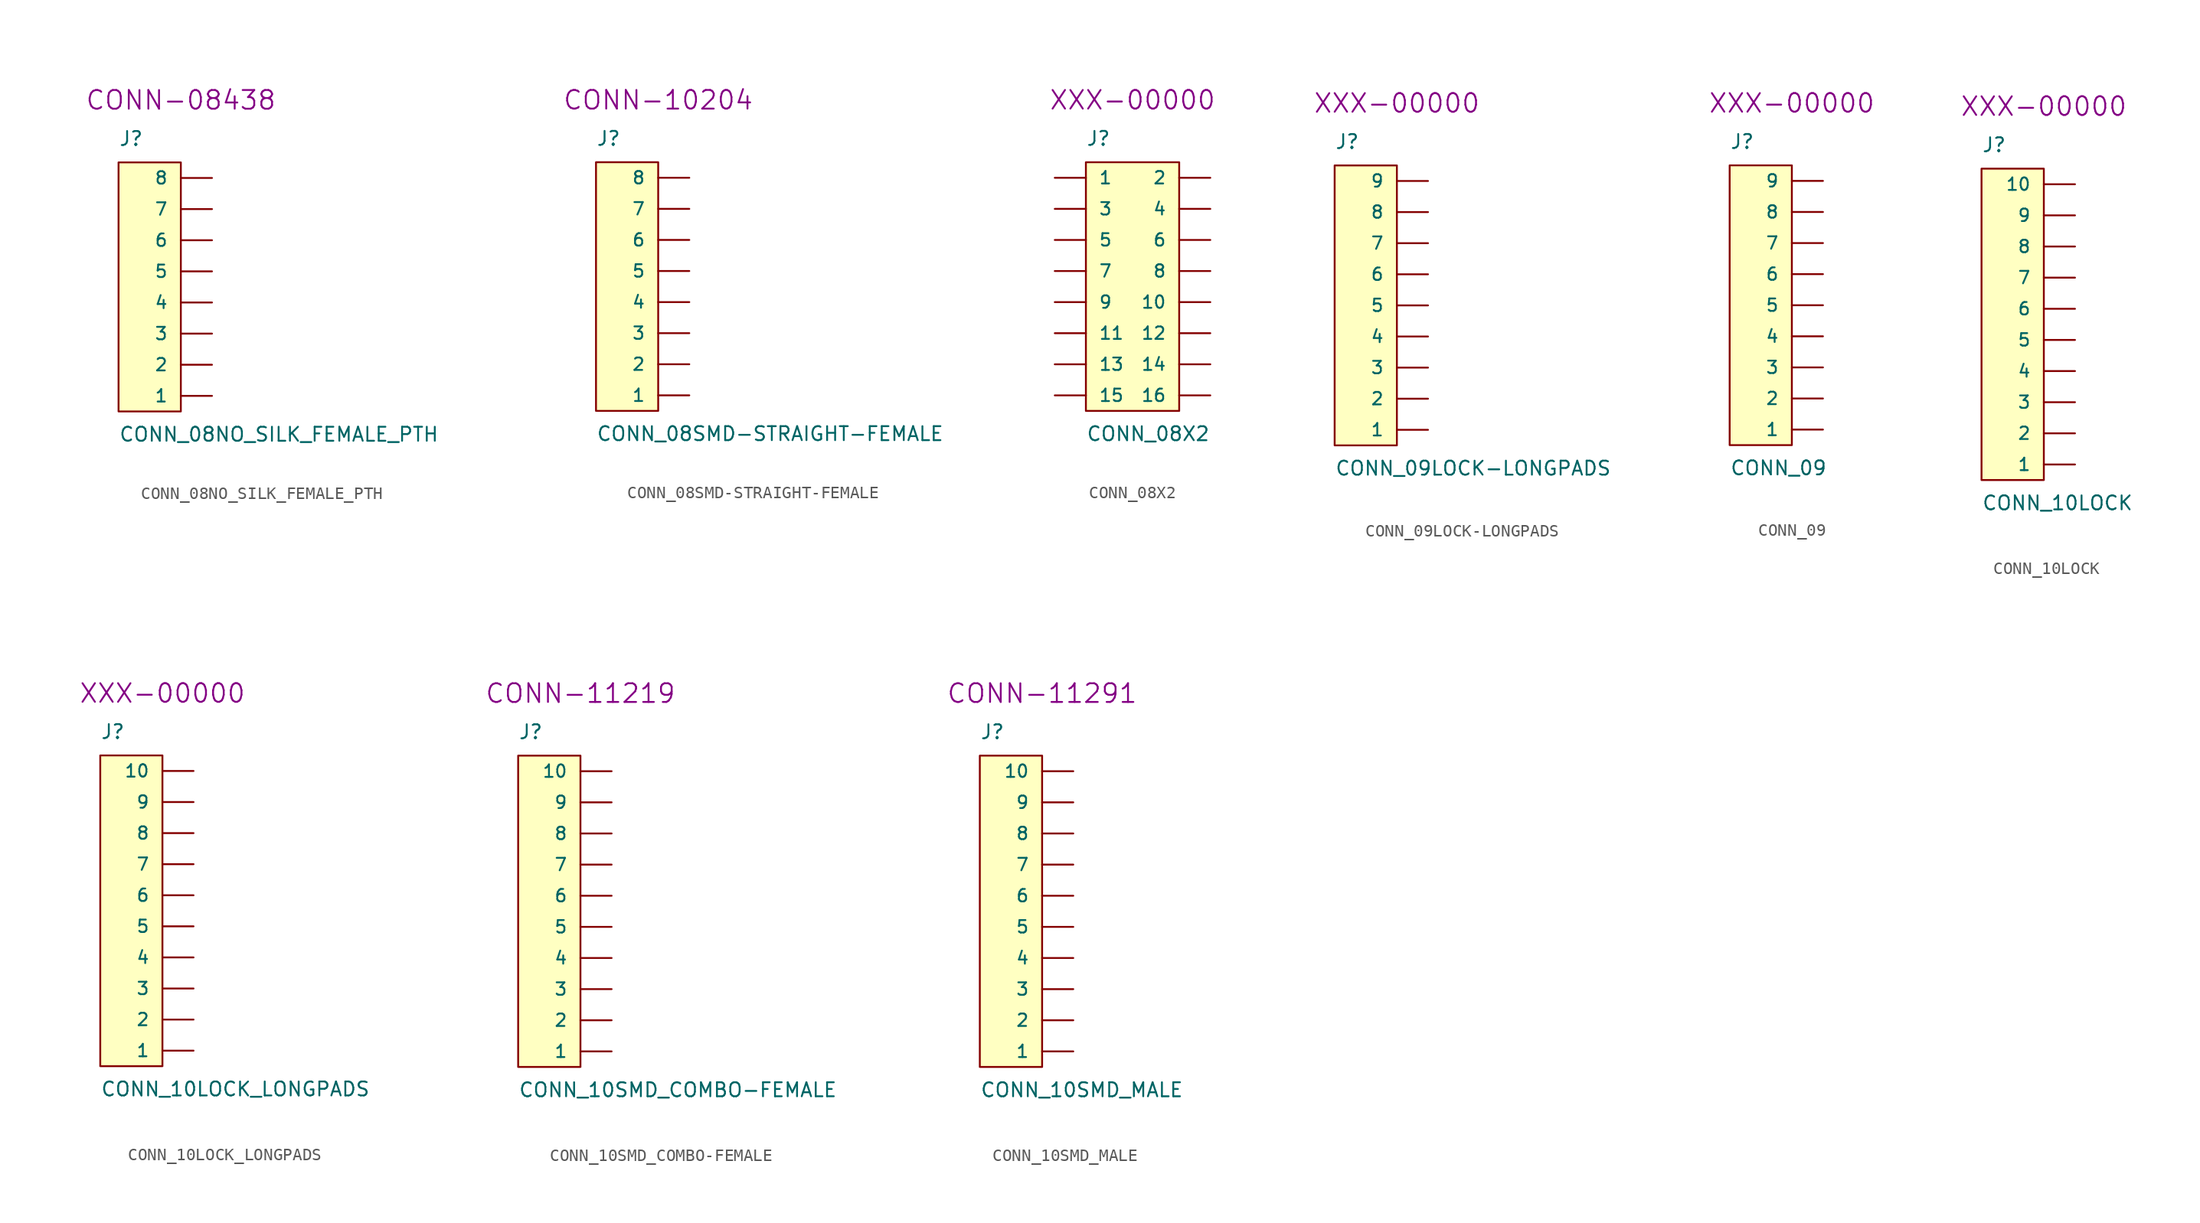
<source format=kicad_sym>
(kicad_symbol_lib
  (version 20201005)
  (generator kicad_symbol_editor)
  (symbol "CONN_08NO_SILK_FEMALE_PTH"
    (pin_numbers hide)
    (pin_names
      (offset 1.016))
    (property "Reference" "J"
      (at -5.08 20.32 0)
      (effects (font (size 1.143 1.143)) (justify left bottom)))
    (property "Value" "CONN_08NO_SILK_FEMALE_PTH"
      (at -5.08 -3.81 0)
      (effects (font (size 1.143 1.143)) (justify left bottom)))
    (property "Field4" "CONN-08438"
      (at 0 24.13 0)
      (effects (font (size 1.524 1.524))))
    (property "ki_locked" ""
      (at 0 0 0)
      (effects (font (size 1.27 1.27))))
    (symbol "CONN_08NO_SILK_FEMALE_PTH_0_1"
      (rectangle (start 0 -1.27) (end -5.08 19.05) (stroke (width 0)) (fill (type background))))
    (symbol "CONN_08NO_SILK_FEMALE_PTH_1_1"
      (pin passive line (at 2.54 0 180) (length 2.54) (name "1" (effects (font (size 1.016 1.016)))) (number "1" (effects (font (size 1.016 1.016)))))
      (pin passive line (at 2.54 2.54 180) (length 2.54) (name "2" (effects (font (size 1.016 1.016)))) (number "2" (effects (font (size 1.016 1.016)))))
      (pin passive line (at 2.54 5.08 180) (length 2.54) (name "3" (effects (font (size 1.016 1.016)))) (number "3" (effects (font (size 1.016 1.016)))))
      (pin passive line (at 2.54 7.62 180) (length 2.54) (name "4" (effects (font (size 1.016 1.016)))) (number "4" (effects (font (size 1.016 1.016)))))
      (pin passive line (at 2.54 10.16 180) (length 2.54) (name "5" (effects (font (size 1.016 1.016)))) (number "5" (effects (font (size 1.016 1.016)))))
      (pin passive line (at 2.54 12.7 180) (length 2.54) (name "6" (effects (font (size 1.016 1.016)))) (number "6" (effects (font (size 1.016 1.016)))))
      (pin passive line (at 2.54 15.24 180) (length 2.54) (name "7" (effects (font (size 1.016 1.016)))) (number "7" (effects (font (size 1.016 1.016)))))
      (pin passive line (at 2.54 17.78 180) (length 2.54) (name "8" (effects (font (size 1.016 1.016)))) (number "8" (effects (font (size 1.016 1.016)))))))
  (symbol "CONN_08SMD-STRAIGHT-FEMALE"
    (pin_numbers hide)
    (pin_names
      (offset 1.016))
    (property "Reference" "J"
      (at -5.08 20.32 0)
      (effects (font (size 1.143 1.143)) (justify left bottom)))
    (property "Value" "CONN_08SMD-STRAIGHT-FEMALE"
      (at -5.08 -3.81 0)
      (effects (font (size 1.143 1.143)) (justify left bottom)))
    (property "Field4" "CONN-10204"
      (at 0 24.13 0)
      (effects (font (size 1.524 1.524))))
    (property "ki_locked" ""
      (at 0 0 0)
      (effects (font (size 1.27 1.27))))
    (symbol "CONN_08SMD-STRAIGHT-FEMALE_0_1"
      (rectangle (start 0 -1.27) (end -5.08 19.05) (stroke (width 0)) (fill (type background))))
    (symbol "CONN_08SMD-STRAIGHT-FEMALE_1_1"
      (pin passive line (at 2.54 0 180) (length 2.54) (name "1" (effects (font (size 1.016 1.016)))) (number "1" (effects (font (size 1.016 1.016)))))
      (pin passive line (at 2.54 2.54 180) (length 2.54) (name "2" (effects (font (size 1.016 1.016)))) (number "2" (effects (font (size 1.016 1.016)))))
      (pin passive line (at 2.54 5.08 180) (length 2.54) (name "3" (effects (font (size 1.016 1.016)))) (number "3" (effects (font (size 1.016 1.016)))))
      (pin passive line (at 2.54 7.62 180) (length 2.54) (name "4" (effects (font (size 1.016 1.016)))) (number "4" (effects (font (size 1.016 1.016)))))
      (pin passive line (at 2.54 10.16 180) (length 2.54) (name "5" (effects (font (size 1.016 1.016)))) (number "5" (effects (font (size 1.016 1.016)))))
      (pin passive line (at 2.54 12.7 180) (length 2.54) (name "6" (effects (font (size 1.016 1.016)))) (number "6" (effects (font (size 1.016 1.016)))))
      (pin passive line (at 2.54 15.24 180) (length 2.54) (name "7" (effects (font (size 1.016 1.016)))) (number "7" (effects (font (size 1.016 1.016)))))
      (pin passive line (at 2.54 17.78 180) (length 2.54) (name "8" (effects (font (size 1.016 1.016)))) (number "8" (effects (font (size 1.016 1.016)))))))
  (symbol "CONN_08X2"
    (pin_numbers hide)
    (pin_names
      (offset 1.016))
    (property "Reference" "J"
      (at -3.81 11.43 0)
      (effects (font (size 1.143 1.143)) (justify left bottom)))
    (property "Value" "CONN_08X2"
      (at -3.81 -12.7 0)
      (effects (font (size 1.143 1.143)) (justify left bottom)))
    (property "Field4" "XXX-00000"
      (at 0 15.24 0)
      (effects (font (size 1.524 1.524))))
    (property "ki_locked" ""
      (at 0 0 0)
      (effects (font (size 1.27 1.27))))
    (symbol "CONN_08X2_0_1"
      (rectangle (start 3.81 -10.16) (end -3.81 10.16) (stroke (width 0)) (fill (type background))))
    (symbol "CONN_08X2_1_1"
      (pin passive line (at -6.35 8.89 0) (length 2.54) (name "1" (effects (font (size 1.016 1.016)))) (number "1" (effects (font (size 1.016 1.016)))))
      (pin passive line (at 6.35 8.89 180) (length 2.54) (name "2" (effects (font (size 1.016 1.016)))) (number "2" (effects (font (size 1.016 1.016)))))
      (pin passive line (at -6.35 6.35 0) (length 2.54) (name "3" (effects (font (size 1.016 1.016)))) (number "3" (effects (font (size 1.016 1.016)))))
      (pin passive line (at 6.35 6.35 180) (length 2.54) (name "4" (effects (font (size 1.016 1.016)))) (number "4" (effects (font (size 1.016 1.016)))))
      (pin passive line (at -6.35 3.81 0) (length 2.54) (name "5" (effects (font (size 1.016 1.016)))) (number "5" (effects (font (size 1.016 1.016)))))
      (pin passive line (at 6.35 3.81 180) (length 2.54) (name "6" (effects (font (size 1.016 1.016)))) (number "6" (effects (font (size 1.016 1.016)))))
      (pin passive line (at -6.35 1.27 0) (length 2.54) (name "7" (effects (font (size 1.016 1.016)))) (number "7" (effects (font (size 1.016 1.016)))))
      (pin passive line (at 6.35 1.27 180) (length 2.54) (name "8" (effects (font (size 1.016 1.016)))) (number "8" (effects (font (size 1.016 1.016)))))
      (pin passive line (at -6.35 -1.27 0) (length 2.54) (name "9" (effects (font (size 1.016 1.016)))) (number "9" (effects (font (size 1.016 1.016)))))
      (pin passive line (at 6.35 -1.27 180) (length 2.54) (name "10" (effects (font (size 1.016 1.016)))) (number "10" (effects (font (size 1.016 1.016)))))
      (pin passive line (at -6.35 -3.81 0) (length 2.54) (name "11" (effects (font (size 1.016 1.016)))) (number "11" (effects (font (size 1.016 1.016)))))
      (pin passive line (at 6.35 -3.81 180) (length 2.54) (name "12" (effects (font (size 1.016 1.016)))) (number "12" (effects (font (size 1.016 1.016)))))
      (pin passive line (at -6.35 -6.35 0) (length 2.54) (name "13" (effects (font (size 1.016 1.016)))) (number "13" (effects (font (size 1.016 1.016)))))
      (pin passive line (at 6.35 -6.35 180) (length 2.54) (name "14" (effects (font (size 1.016 1.016)))) (number "14" (effects (font (size 1.016 1.016)))))
      (pin passive line (at -6.35 -8.89 0) (length 2.54) (name "15" (effects (font (size 1.016 1.016)))) (number "15" (effects (font (size 1.016 1.016)))))
      (pin passive line (at 6.35 -8.89 180) (length 2.54) (name "16" (effects (font (size 1.016 1.016)))) (number "16" (effects (font (size 1.016 1.016)))))))
  (symbol "CONN_09LOCK-LONGPADS"
    (pin_numbers hide)
    (pin_names
      (offset 1.016))
    (property "Reference" "J"
      (at -5.08 22.86 0)
      (effects (font (size 1.143 1.143)) (justify left bottom)))
    (property "Value" "CONN_09LOCK-LONGPADS"
      (at -5.08 -3.81 0)
      (effects (font (size 1.143 1.143)) (justify left bottom)))
    (property "Field4" "XXX-00000"
      (at 0 26.67 0)
      (effects (font (size 1.524 1.524))))
    (property "ki_locked" ""
      (at 0 0 0)
      (effects (font (size 1.27 1.27))))
    (symbol "CONN_09LOCK-LONGPADS_0_1"
      (rectangle (start 0 -1.27) (end -5.08 21.59) (stroke (width 0)) (fill (type background))))
    (symbol "CONN_09LOCK-LONGPADS_1_1"
      (pin passive line (at 2.54 0 180) (length 2.54) (name "1" (effects (font (size 1.016 1.016)))) (number "1" (effects (font (size 1.016 1.016)))))
      (pin passive line (at 2.54 2.54 180) (length 2.54) (name "2" (effects (font (size 1.016 1.016)))) (number "2" (effects (font (size 1.016 1.016)))))
      (pin passive line (at 2.54 5.08 180) (length 2.54) (name "3" (effects (font (size 1.016 1.016)))) (number "3" (effects (font (size 1.016 1.016)))))
      (pin passive line (at 2.54 7.62 180) (length 2.54) (name "4" (effects (font (size 1.016 1.016)))) (number "4" (effects (font (size 1.016 1.016)))))
      (pin passive line (at 2.54 10.16 180) (length 2.54) (name "5" (effects (font (size 1.016 1.016)))) (number "5" (effects (font (size 1.016 1.016)))))
      (pin passive line (at 2.54 12.7 180) (length 2.54) (name "6" (effects (font (size 1.016 1.016)))) (number "6" (effects (font (size 1.016 1.016)))))
      (pin passive line (at 2.54 15.24 180) (length 2.54) (name "7" (effects (font (size 1.016 1.016)))) (number "7" (effects (font (size 1.016 1.016)))))
      (pin passive line (at 2.54 17.78 180) (length 2.54) (name "8" (effects (font (size 1.016 1.016)))) (number "8" (effects (font (size 1.016 1.016)))))
      (pin passive line (at 2.54 20.32 180) (length 2.54) (name "9" (effects (font (size 1.016 1.016)))) (number "9" (effects (font (size 1.016 1.016)))))))
  (symbol "CONN_09"
    (pin_numbers hide)
    (pin_names
      (offset 1.016))
    (property "Reference" "J"
      (at -5.08 22.86 0)
      (effects (font (size 1.143 1.143)) (justify left bottom)))
    (property "Value" "CONN_09"
      (at -5.08 -3.81 0)
      (effects (font (size 1.143 1.143)) (justify left bottom)))
    (property "Field4" "XXX-00000"
      (at 0 26.67 0)
      (effects (font (size 1.524 1.524))))
    (property "ki_locked" ""
      (at 0 0 0)
      (effects (font (size 1.27 1.27))))
    (symbol "CONN_09_0_1"
      (rectangle (start 0 -1.27) (end -5.08 21.59) (stroke (width 0)) (fill (type background))))
    (symbol "CONN_09_1_1"
      (pin passive line (at 2.54 0 180) (length 2.54) (name "1" (effects (font (size 1.016 1.016)))) (number "1" (effects (font (size 1.016 1.016)))))
      (pin passive line (at 2.54 2.54 180) (length 2.54) (name "2" (effects (font (size 1.016 1.016)))) (number "2" (effects (font (size 1.016 1.016)))))
      (pin passive line (at 2.54 5.08 180) (length 2.54) (name "3" (effects (font (size 1.016 1.016)))) (number "3" (effects (font (size 1.016 1.016)))))
      (pin passive line (at 2.54 7.62 180) (length 2.54) (name "4" (effects (font (size 1.016 1.016)))) (number "4" (effects (font (size 1.016 1.016)))))
      (pin passive line (at 2.54 10.16 180) (length 2.54) (name "5" (effects (font (size 1.016 1.016)))) (number "5" (effects (font (size 1.016 1.016)))))
      (pin passive line (at 2.54 12.7 180) (length 2.54) (name "6" (effects (font (size 1.016 1.016)))) (number "6" (effects (font (size 1.016 1.016)))))
      (pin passive line (at 2.54 15.24 180) (length 2.54) (name "7" (effects (font (size 1.016 1.016)))) (number "7" (effects (font (size 1.016 1.016)))))
      (pin passive line (at 2.54 17.78 180) (length 2.54) (name "8" (effects (font (size 1.016 1.016)))) (number "8" (effects (font (size 1.016 1.016)))))
      (pin passive line (at 2.54 20.32 180) (length 2.54) (name "9" (effects (font (size 1.016 1.016)))) (number "9" (effects (font (size 1.016 1.016)))))))
  (symbol "CONN_10LOCK"
    (pin_numbers hide)
    (pin_names
      (offset 1.016))
    (property "Reference" "J"
      (at -5.08 25.4 0)
      (effects (font (size 1.143 1.143)) (justify left bottom)))
    (property "Value" "CONN_10LOCK"
      (at -5.08 -3.81 0)
      (effects (font (size 1.143 1.143)) (justify left bottom)))
    (property "Field4" "XXX-00000"
      (at 0 29.21 0)
      (effects (font (size 1.524 1.524))))
    (property "ki_locked" ""
      (at 0 0 0)
      (effects (font (size 1.27 1.27))))
    (symbol "CONN_10LOCK_0_1"
      (rectangle (start 0 -1.27) (end -5.08 24.13) (stroke (width 0)) (fill (type background))))
    (symbol "CONN_10LOCK_1_1"
      (pin passive line (at 2.54 0 180) (length 2.54) (name "1" (effects (font (size 1.016 1.016)))) (number "1" (effects (font (size 1.016 1.016)))))
      (pin passive line (at 2.54 2.54 180) (length 2.54) (name "2" (effects (font (size 1.016 1.016)))) (number "2" (effects (font (size 1.016 1.016)))))
      (pin passive line (at 2.54 5.08 180) (length 2.54) (name "3" (effects (font (size 1.016 1.016)))) (number "3" (effects (font (size 1.016 1.016)))))
      (pin passive line (at 2.54 7.62 180) (length 2.54) (name "4" (effects (font (size 1.016 1.016)))) (number "4" (effects (font (size 1.016 1.016)))))
      (pin passive line (at 2.54 10.16 180) (length 2.54) (name "5" (effects (font (size 1.016 1.016)))) (number "5" (effects (font (size 1.016 1.016)))))
      (pin passive line (at 2.54 12.7 180) (length 2.54) (name "6" (effects (font (size 1.016 1.016)))) (number "6" (effects (font (size 1.016 1.016)))))
      (pin passive line (at 2.54 15.24 180) (length 2.54) (name "7" (effects (font (size 1.016 1.016)))) (number "7" (effects (font (size 1.016 1.016)))))
      (pin passive line (at 2.54 17.78 180) (length 2.54) (name "8" (effects (font (size 1.016 1.016)))) (number "8" (effects (font (size 1.016 1.016)))))
      (pin passive line (at 2.54 20.32 180) (length 2.54) (name "9" (effects (font (size 1.016 1.016)))) (number "9" (effects (font (size 1.016 1.016)))))
      (pin passive line (at 2.54 22.86 180) (length 2.54) (name "10" (effects (font (size 1.016 1.016)))) (number "10" (effects (font (size 1.016 1.016)))))))
  (symbol "CONN_10LOCK_LONGPADS"
    (pin_numbers hide)
    (pin_names
      (offset 1.016))
    (property "Reference" "J"
      (at -5.08 25.4 0)
      (effects (font (size 1.143 1.143)) (justify left bottom)))
    (property "Value" "CONN_10LOCK_LONGPADS"
      (at -5.08 -3.81 0)
      (effects (font (size 1.143 1.143)) (justify left bottom)))
    (property "Field4" "XXX-00000"
      (at 0 29.21 0)
      (effects (font (size 1.524 1.524))))
    (property "ki_locked" ""
      (at 0 0 0)
      (effects (font (size 1.27 1.27))))
    (symbol "CONN_10LOCK_LONGPADS_0_1"
      (rectangle (start 0 -1.27) (end -5.08 24.13) (stroke (width 0)) (fill (type background))))
    (symbol "CONN_10LOCK_LONGPADS_1_1"
      (pin passive line (at 2.54 0 180) (length 2.54) (name "1" (effects (font (size 1.016 1.016)))) (number "1" (effects (font (size 1.016 1.016)))))
      (pin passive line (at 2.54 2.54 180) (length 2.54) (name "2" (effects (font (size 1.016 1.016)))) (number "2" (effects (font (size 1.016 1.016)))))
      (pin passive line (at 2.54 5.08 180) (length 2.54) (name "3" (effects (font (size 1.016 1.016)))) (number "3" (effects (font (size 1.016 1.016)))))
      (pin passive line (at 2.54 7.62 180) (length 2.54) (name "4" (effects (font (size 1.016 1.016)))) (number "4" (effects (font (size 1.016 1.016)))))
      (pin passive line (at 2.54 10.16 180) (length 2.54) (name "5" (effects (font (size 1.016 1.016)))) (number "5" (effects (font (size 1.016 1.016)))))
      (pin passive line (at 2.54 12.7 180) (length 2.54) (name "6" (effects (font (size 1.016 1.016)))) (number "6" (effects (font (size 1.016 1.016)))))
      (pin passive line (at 2.54 15.24 180) (length 2.54) (name "7" (effects (font (size 1.016 1.016)))) (number "7" (effects (font (size 1.016 1.016)))))
      (pin passive line (at 2.54 17.78 180) (length 2.54) (name "8" (effects (font (size 1.016 1.016)))) (number "8" (effects (font (size 1.016 1.016)))))
      (pin passive line (at 2.54 20.32 180) (length 2.54) (name "9" (effects (font (size 1.016 1.016)))) (number "9" (effects (font (size 1.016 1.016)))))
      (pin passive line (at 2.54 22.86 180) (length 2.54) (name "10" (effects (font (size 1.016 1.016)))) (number "10" (effects (font (size 1.016 1.016)))))))
  (symbol "CONN_10SMD_COMBO-FEMALE"
    (pin_numbers hide)
    (pin_names
      (offset 1.016))
    (property "Reference" "J"
      (at -5.08 25.4 0)
      (effects (font (size 1.143 1.143)) (justify left bottom)))
    (property "Value" "CONN_10SMD_COMBO-FEMALE"
      (at -5.08 -3.81 0)
      (effects (font (size 1.143 1.143)) (justify left bottom)))
    (property "Field4" "CONN-11219"
      (at 0 29.21 0)
      (effects (font (size 1.524 1.524))))
    (property "ki_locked" ""
      (at 0 0 0)
      (effects (font (size 1.27 1.27))))
    (symbol "CONN_10SMD_COMBO-FEMALE_0_1"
      (rectangle (start 0 -1.27) (end -5.08 24.13) (stroke (width 0)) (fill (type background))))
    (symbol "CONN_10SMD_COMBO-FEMALE_1_1"
      (pin passive line (at 2.54 0 180) (length 2.54) (name "1" (effects (font (size 1.016 1.016)))) (number "1A" (effects (font (size 1.016 1.016)))))
      (pin passive line (at 2.54 2.54 180) (length 2.54) (name "2" (effects (font (size 1.016 1.016)))) (number "2A" (effects (font (size 1.016 1.016)))))
      (pin passive line (at 2.54 5.08 180) (length 2.54) (name "3" (effects (font (size 1.016 1.016)))) (number "3A" (effects (font (size 1.016 1.016)))))
      (pin passive line (at 2.54 7.62 180) (length 2.54) (name "4" (effects (font (size 1.016 1.016)))) (number "4A" (effects (font (size 1.016 1.016)))))
      (pin passive line (at 2.54 10.16 180) (length 2.54) (name "5" (effects (font (size 1.016 1.016)))) (number "5A" (effects (font (size 1.016 1.016)))))
      (pin passive line (at 2.54 12.7 180) (length 2.54) (name "6" (effects (font (size 1.016 1.016)))) (number "6A" (effects (font (size 1.016 1.016)))))
      (pin passive line (at 2.54 15.24 180) (length 2.54) (name "7" (effects (font (size 1.016 1.016)))) (number "7A" (effects (font (size 1.016 1.016)))))
      (pin passive line (at 2.54 17.78 180) (length 2.54) (name "8" (effects (font (size 1.016 1.016)))) (number "8A" (effects (font (size 1.016 1.016)))))
      (pin passive line (at 2.54 20.32 180) (length 2.54) (name "9" (effects (font (size 1.016 1.016)))) (number "9A" (effects (font (size 1.016 1.016)))))
      (pin passive line (at 2.54 0 180) (length 2.54) hide (name "1" (effects (font (size 1.016 1.016)))) (number "1B" (effects (font (size 1.016 1.016)))))
      (pin passive line (at 2.54 2.54 180) (length 2.54) hide (name "2" (effects (font (size 1.016 1.016)))) (number "2B" (effects (font (size 1.016 1.016)))))
      (pin passive line (at 2.54 5.08 180) (length 2.54) hide (name "3" (effects (font (size 1.016 1.016)))) (number "3B" (effects (font (size 1.016 1.016)))))
      (pin passive line (at 2.54 7.62 180) (length 2.54) hide (name "4" (effects (font (size 1.016 1.016)))) (number "4B" (effects (font (size 1.016 1.016)))))
      (pin passive line (at 2.54 10.16 180) (length 2.54) hide (name "5" (effects (font (size 1.016 1.016)))) (number "5B" (effects (font (size 1.016 1.016)))))
      (pin passive line (at 2.54 12.7 180) (length 2.54) hide (name "6" (effects (font (size 1.016 1.016)))) (number "6B" (effects (font (size 1.016 1.016)))))
      (pin passive line (at 2.54 15.24 180) (length 2.54) hide (name "7" (effects (font (size 1.016 1.016)))) (number "7B" (effects (font (size 1.016 1.016)))))
      (pin passive line (at 2.54 17.78 180) (length 2.54) hide (name "8" (effects (font (size 1.016 1.016)))) (number "8B" (effects (font (size 1.016 1.016)))))
      (pin passive line (at 2.54 20.32 180) (length 2.54) hide (name "9" (effects (font (size 1.016 1.016)))) (number "9B" (effects (font (size 1.016 1.016)))))
      (pin passive line (at 2.54 22.86 180) (length 2.54) (name "10" (effects (font (size 1.016 1.016)))) (number "10A" (effects (font (size 1.016 1.016)))))
      (pin passive line (at 2.54 22.86 180) (length 2.54) hide (name "10" (effects (font (size 1.016 1.016)))) (number "10B" (effects (font (size 1.016 1.016)))))))
  (symbol "CONN_10SMD_MALE"
    (pin_numbers hide)
    (pin_names
      (offset 1.016))
    (property "Reference" "J"
      (at -5.08 25.4 0)
      (effects (font (size 1.143 1.143)) (justify left bottom)))
    (property "Value" "CONN_10SMD_MALE"
      (at -5.08 -3.81 0)
      (effects (font (size 1.143 1.143)) (justify left bottom)))
    (property "Field4" "CONN-11291"
      (at 0 29.21 0)
      (effects (font (size 1.524 1.524))))
    (property "ki_locked" ""
      (at 0 0 0)
      (effects (font (size 1.27 1.27))))
    (symbol "CONN_10SMD_MALE_0_1"
      (rectangle (start 0 -1.27) (end -5.08 24.13) (stroke (width 0)) (fill (type background))))
    (symbol "CONN_10SMD_MALE_1_1"
      (pin passive line (at 2.54 0 180) (length 2.54) (name "1" (effects (font (size 1.016 1.016)))) (number "1" (effects (font (size 1.016 1.016)))))
      (pin passive line (at 2.54 2.54 180) (length 2.54) (name "2" (effects (font (size 1.016 1.016)))) (number "2" (effects (font (size 1.016 1.016)))))
      (pin passive line (at 2.54 5.08 180) (length 2.54) (name "3" (effects (font (size 1.016 1.016)))) (number "3" (effects (font (size 1.016 1.016)))))
      (pin passive line (at 2.54 7.62 180) (length 2.54) (name "4" (effects (font (size 1.016 1.016)))) (number "4" (effects (font (size 1.016 1.016)))))
      (pin passive line (at 2.54 10.16 180) (length 2.54) (name "5" (effects (font (size 1.016 1.016)))) (number "5" (effects (font (size 1.016 1.016)))))
      (pin passive line (at 2.54 12.7 180) (length 2.54) (name "6" (effects (font (size 1.016 1.016)))) (number "6" (effects (font (size 1.016 1.016)))))
      (pin passive line (at 2.54 15.24 180) (length 2.54) (name "7" (effects (font (size 1.016 1.016)))) (number "7" (effects (font (size 1.016 1.016)))))
      (pin passive line (at 2.54 17.78 180) (length 2.54) (name "8" (effects (font (size 1.016 1.016)))) (number "8" (effects (font (size 1.016 1.016)))))
      (pin passive line (at 2.54 20.32 180) (length 2.54) (name "9" (effects (font (size 1.016 1.016)))) (number "9" (effects (font (size 1.016 1.016)))))
      (pin passive line (at 2.54 22.86 180) (length 2.54) (name "10" (effects (font (size 1.016 1.016)))) (number "10" (effects (font (size 1.016 1.016))))))))
</source>
